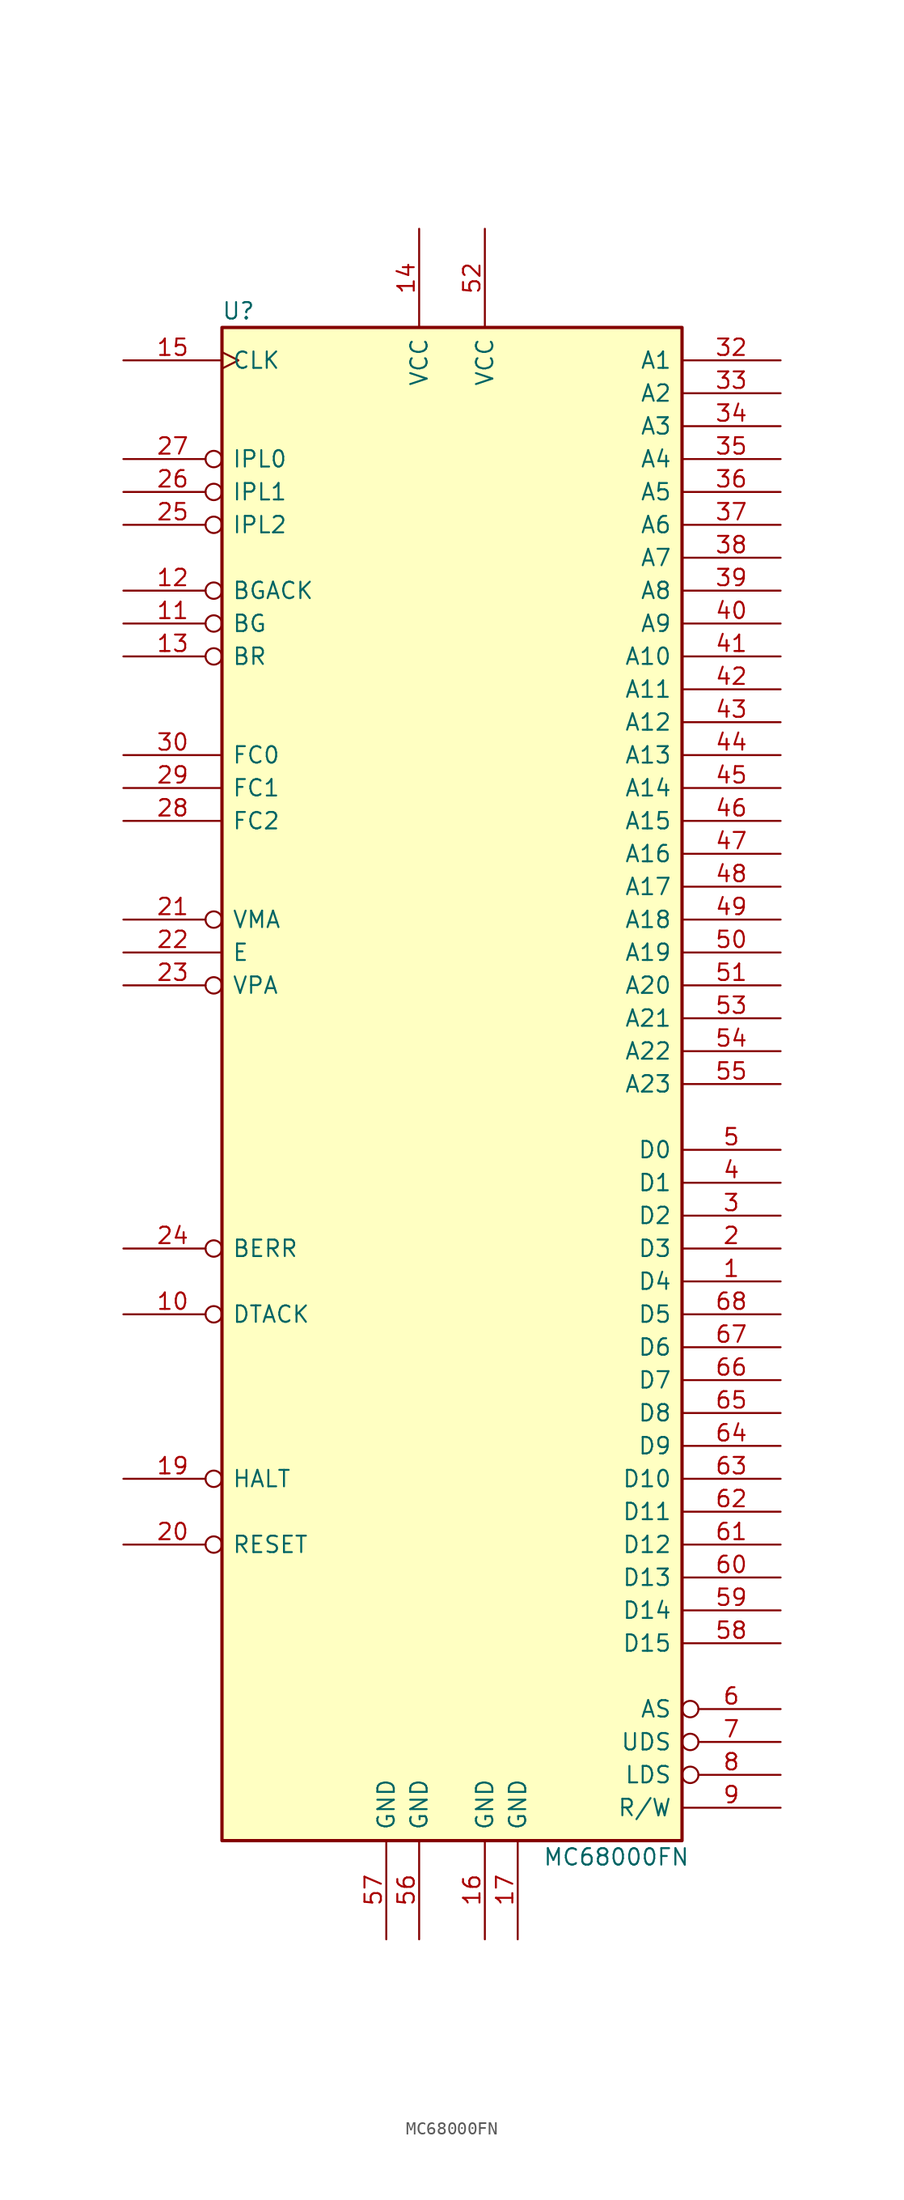
<source format=kicad_sym>
(kicad_symbol_lib
  (version 20200908)
  (generator kicad_symbol_editor)
  (symbol "CPU_NXP_68000:MC68000FN"
    (pin_names
      (offset 0.762))
    (property "Reference" "U"
      (at -16.51 59.69 0)
      (effects (font (size 1.27 1.27))))
    (property "Value" "MC68000FN"
      (at 12.7 -59.69 0)
      (effects (font (size 1.27 1.27))))
    (symbol "MC68000FN_0_1"
      (rectangle (start -17.78 58.42) (end 17.78 -58.42) (stroke (width 0.254)) (fill (type background))))
    (symbol "MC68000FN_1_1"
      (pin bidirectional line (at 25.4 -15.24 180) (length 7.62) (name "D4" (effects (font (size 1.27 1.27)))) (number "1" (effects (font (size 1.27 1.27)))))
      (pin input inverted (at -25.4 -17.78 0) (length 7.62) (name "DTACK" (effects (font (size 1.27 1.27)))) (number "10" (effects (font (size 1.27 1.27)))))
      (pin output inverted (at -25.4 35.56 0) (length 7.62) (name "BG" (effects (font (size 1.27 1.27)))) (number "11" (effects (font (size 1.27 1.27)))))
      (pin input inverted (at -25.4 38.1 0) (length 7.62) (name "BGACK" (effects (font (size 1.27 1.27)))) (number "12" (effects (font (size 1.27 1.27)))))
      (pin input inverted (at -25.4 33.02 0) (length 7.62) (name "BR" (effects (font (size 1.27 1.27)))) (number "13" (effects (font (size 1.27 1.27)))))
      (pin power_in line (at -2.54 66.04 270) (length 7.62) (name "VCC" (effects (font (size 1.27 1.27)))) (number "14" (effects (font (size 1.27 1.27)))))
      (pin input clock (at -25.4 55.88 0) (length 7.62) (name "CLK" (effects (font (size 1.27 1.27)))) (number "15" (effects (font (size 1.27 1.27)))))
      (pin power_in line (at 2.54 -66.04 90) (length 7.62) (name "GND" (effects (font (size 1.27 1.27)))) (number "16" (effects (font (size 1.27 1.27)))))
      (pin power_in line (at 5.08 -66.04 90) (length 7.62) (name "GND" (effects (font (size 1.27 1.27)))) (number "17" (effects (font (size 1.27 1.27)))))
      (pin unconnected line (at -17.78 -45.72 0) (length 0) hide (name "NC" (effects (font (size 1.27 1.27)))) (number "18" (effects (font (size 1.27 1.27)))))
      (pin bidirectional inverted (at -25.4 -30.48 0) (length 7.62) (name "HALT" (effects (font (size 1.27 1.27)))) (number "19" (effects (font (size 1.27 1.27)))))
      (pin bidirectional line (at 25.4 -12.7 180) (length 7.62) (name "D3" (effects (font (size 1.27 1.27)))) (number "2" (effects (font (size 1.27 1.27)))))
      (pin input inverted (at -25.4 -35.56 0) (length 7.62) (name "RESET" (effects (font (size 1.27 1.27)))) (number "20" (effects (font (size 1.27 1.27)))))
      (pin output inverted (at -25.4 12.7 0) (length 7.62) (name "VMA" (effects (font (size 1.27 1.27)))) (number "21" (effects (font (size 1.27 1.27)))))
      (pin output line (at -25.4 10.16 0) (length 7.62) (name "E" (effects (font (size 1.27 1.27)))) (number "22" (effects (font (size 1.27 1.27)))))
      (pin input inverted (at -25.4 7.62 0) (length 7.62) (name "VPA" (effects (font (size 1.27 1.27)))) (number "23" (effects (font (size 1.27 1.27)))))
      (pin input inverted (at -25.4 -12.7 0) (length 7.62) (name "BERR" (effects (font (size 1.27 1.27)))) (number "24" (effects (font (size 1.27 1.27)))))
      (pin input inverted (at -25.4 43.18 0) (length 7.62) (name "IPL2" (effects (font (size 1.27 1.27)))) (number "25" (effects (font (size 1.27 1.27)))))
      (pin input inverted (at -25.4 45.72 0) (length 7.62) (name "IPL1" (effects (font (size 1.27 1.27)))) (number "26" (effects (font (size 1.27 1.27)))))
      (pin input inverted (at -25.4 48.26 0) (length 7.62) (name "IPL0" (effects (font (size 1.27 1.27)))) (number "27" (effects (font (size 1.27 1.27)))))
      (pin output line (at -25.4 20.32 0) (length 7.62) (name "FC2" (effects (font (size 1.27 1.27)))) (number "28" (effects (font (size 1.27 1.27)))))
      (pin output line (at -25.4 22.86 0) (length 7.62) (name "FC1" (effects (font (size 1.27 1.27)))) (number "29" (effects (font (size 1.27 1.27)))))
      (pin bidirectional line (at 25.4 -10.16 180) (length 7.62) (name "D2" (effects (font (size 1.27 1.27)))) (number "3" (effects (font (size 1.27 1.27)))))
      (pin output line (at -25.4 25.4 0) (length 7.62) (name "FC0" (effects (font (size 1.27 1.27)))) (number "30" (effects (font (size 1.27 1.27)))))
      (pin unconnected line (at -17.78 -48.26 0) (length 0) hide (name "NC" (effects (font (size 1.27 1.27)))) (number "31" (effects (font (size 1.27 1.27)))))
      (pin output line (at 25.4 55.88 180) (length 7.62) (name "A1" (effects (font (size 1.27 1.27)))) (number "32" (effects (font (size 1.27 1.27)))))
      (pin output line (at 25.4 53.34 180) (length 7.62) (name "A2" (effects (font (size 1.27 1.27)))) (number "33" (effects (font (size 1.27 1.27)))))
      (pin output line (at 25.4 50.8 180) (length 7.62) (name "A3" (effects (font (size 1.27 1.27)))) (number "34" (effects (font (size 1.27 1.27)))))
      (pin output line (at 25.4 48.26 180) (length 7.62) (name "A4" (effects (font (size 1.27 1.27)))) (number "35" (effects (font (size 1.27 1.27)))))
      (pin output line (at 25.4 45.72 180) (length 7.62) (name "A5" (effects (font (size 1.27 1.27)))) (number "36" (effects (font (size 1.27 1.27)))))
      (pin output line (at 25.4 43.18 180) (length 7.62) (name "A6" (effects (font (size 1.27 1.27)))) (number "37" (effects (font (size 1.27 1.27)))))
      (pin output line (at 25.4 40.64 180) (length 7.62) (name "A7" (effects (font (size 1.27 1.27)))) (number "38" (effects (font (size 1.27 1.27)))))
      (pin output line (at 25.4 38.1 180) (length 7.62) (name "A8" (effects (font (size 1.27 1.27)))) (number "39" (effects (font (size 1.27 1.27)))))
      (pin bidirectional line (at 25.4 -7.62 180) (length 7.62) (name "D1" (effects (font (size 1.27 1.27)))) (number "4" (effects (font (size 1.27 1.27)))))
      (pin output line (at 25.4 35.56 180) (length 7.62) (name "A9" (effects (font (size 1.27 1.27)))) (number "40" (effects (font (size 1.27 1.27)))))
      (pin output line (at 25.4 33.02 180) (length 7.62) (name "A10" (effects (font (size 1.27 1.27)))) (number "41" (effects (font (size 1.27 1.27)))))
      (pin output line (at 25.4 30.48 180) (length 7.62) (name "A11" (effects (font (size 1.27 1.27)))) (number "42" (effects (font (size 1.27 1.27)))))
      (pin output line (at 25.4 27.94 180) (length 7.62) (name "A12" (effects (font (size 1.27 1.27)))) (number "43" (effects (font (size 1.27 1.27)))))
      (pin output line (at 25.4 25.4 180) (length 7.62) (name "A13" (effects (font (size 1.27 1.27)))) (number "44" (effects (font (size 1.27 1.27)))))
      (pin output line (at 25.4 22.86 180) (length 7.62) (name "A14" (effects (font (size 1.27 1.27)))) (number "45" (effects (font (size 1.27 1.27)))))
      (pin output line (at 25.4 20.32 180) (length 7.62) (name "A15" (effects (font (size 1.27 1.27)))) (number "46" (effects (font (size 1.27 1.27)))))
      (pin output line (at 25.4 17.78 180) (length 7.62) (name "A16" (effects (font (size 1.27 1.27)))) (number "47" (effects (font (size 1.27 1.27)))))
      (pin output line (at 25.4 15.24 180) (length 7.62) (name "A17" (effects (font (size 1.27 1.27)))) (number "48" (effects (font (size 1.27 1.27)))))
      (pin output line (at 25.4 12.7 180) (length 7.62) (name "A18" (effects (font (size 1.27 1.27)))) (number "49" (effects (font (size 1.27 1.27)))))
      (pin bidirectional line (at 25.4 -5.08 180) (length 7.62) (name "D0" (effects (font (size 1.27 1.27)))) (number "5" (effects (font (size 1.27 1.27)))))
      (pin output line (at 25.4 10.16 180) (length 7.62) (name "A19" (effects (font (size 1.27 1.27)))) (number "50" (effects (font (size 1.27 1.27)))))
      (pin output line (at 25.4 7.62 180) (length 7.62) (name "A20" (effects (font (size 1.27 1.27)))) (number "51" (effects (font (size 1.27 1.27)))))
      (pin power_in line (at 2.54 66.04 270) (length 7.62) (name "VCC" (effects (font (size 1.27 1.27)))) (number "52" (effects (font (size 1.27 1.27)))))
      (pin output line (at 25.4 5.08 180) (length 7.62) (name "A21" (effects (font (size 1.27 1.27)))) (number "53" (effects (font (size 1.27 1.27)))))
      (pin output line (at 25.4 2.54 180) (length 7.62) (name "A22" (effects (font (size 1.27 1.27)))) (number "54" (effects (font (size 1.27 1.27)))))
      (pin output line (at 25.4 0 180) (length 7.62) (name "A23" (effects (font (size 1.27 1.27)))) (number "55" (effects (font (size 1.27 1.27)))))
      (pin power_in line (at -2.54 -66.04 90) (length 7.62) (name "GND" (effects (font (size 1.27 1.27)))) (number "56" (effects (font (size 1.27 1.27)))))
      (pin power_in line (at -5.08 -66.04 90) (length 7.62) (name "GND" (effects (font (size 1.27 1.27)))) (number "57" (effects (font (size 1.27 1.27)))))
      (pin bidirectional line (at 25.4 -43.18 180) (length 7.62) (name "D15" (effects (font (size 1.27 1.27)))) (number "58" (effects (font (size 1.27 1.27)))))
      (pin bidirectional line (at 25.4 -40.64 180) (length 7.62) (name "D14" (effects (font (size 1.27 1.27)))) (number "59" (effects (font (size 1.27 1.27)))))
      (pin output inverted (at 25.4 -48.26 180) (length 7.62) (name "AS" (effects (font (size 1.27 1.27)))) (number "6" (effects (font (size 1.27 1.27)))))
      (pin bidirectional line (at 25.4 -38.1 180) (length 7.62) (name "D13" (effects (font (size 1.27 1.27)))) (number "60" (effects (font (size 1.27 1.27)))))
      (pin bidirectional line (at 25.4 -35.56 180) (length 7.62) (name "D12" (effects (font (size 1.27 1.27)))) (number "61" (effects (font (size 1.27 1.27)))))
      (pin bidirectional line (at 25.4 -33.02 180) (length 7.62) (name "D11" (effects (font (size 1.27 1.27)))) (number "62" (effects (font (size 1.27 1.27)))))
      (pin bidirectional line (at 25.4 -30.48 180) (length 7.62) (name "D10" (effects (font (size 1.27 1.27)))) (number "63" (effects (font (size 1.27 1.27)))))
      (pin bidirectional line (at 25.4 -27.94 180) (length 7.62) (name "D9" (effects (font (size 1.27 1.27)))) (number "64" (effects (font (size 1.27 1.27)))))
      (pin bidirectional line (at 25.4 -25.4 180) (length 7.62) (name "D8" (effects (font (size 1.27 1.27)))) (number "65" (effects (font (size 1.27 1.27)))))
      (pin bidirectional line (at 25.4 -22.86 180) (length 7.62) (name "D7" (effects (font (size 1.27 1.27)))) (number "66" (effects (font (size 1.27 1.27)))))
      (pin bidirectional line (at 25.4 -20.32 180) (length 7.62) (name "D6" (effects (font (size 1.27 1.27)))) (number "67" (effects (font (size 1.27 1.27)))))
      (pin bidirectional line (at 25.4 -17.78 180) (length 7.62) (name "D5" (effects (font (size 1.27 1.27)))) (number "68" (effects (font (size 1.27 1.27)))))
      (pin output inverted (at 25.4 -50.8 180) (length 7.62) (name "UDS" (effects (font (size 1.27 1.27)))) (number "7" (effects (font (size 1.27 1.27)))))
      (pin output inverted (at 25.4 -53.34 180) (length 7.62) (name "LDS" (effects (font (size 1.27 1.27)))) (number "8" (effects (font (size 1.27 1.27)))))
      (pin output line (at 25.4 -55.88 180) (length 7.62) (name "R/W" (effects (font (size 1.27 1.27)))) (number "9" (effects (font (size 1.27 1.27))))))))
</source>
